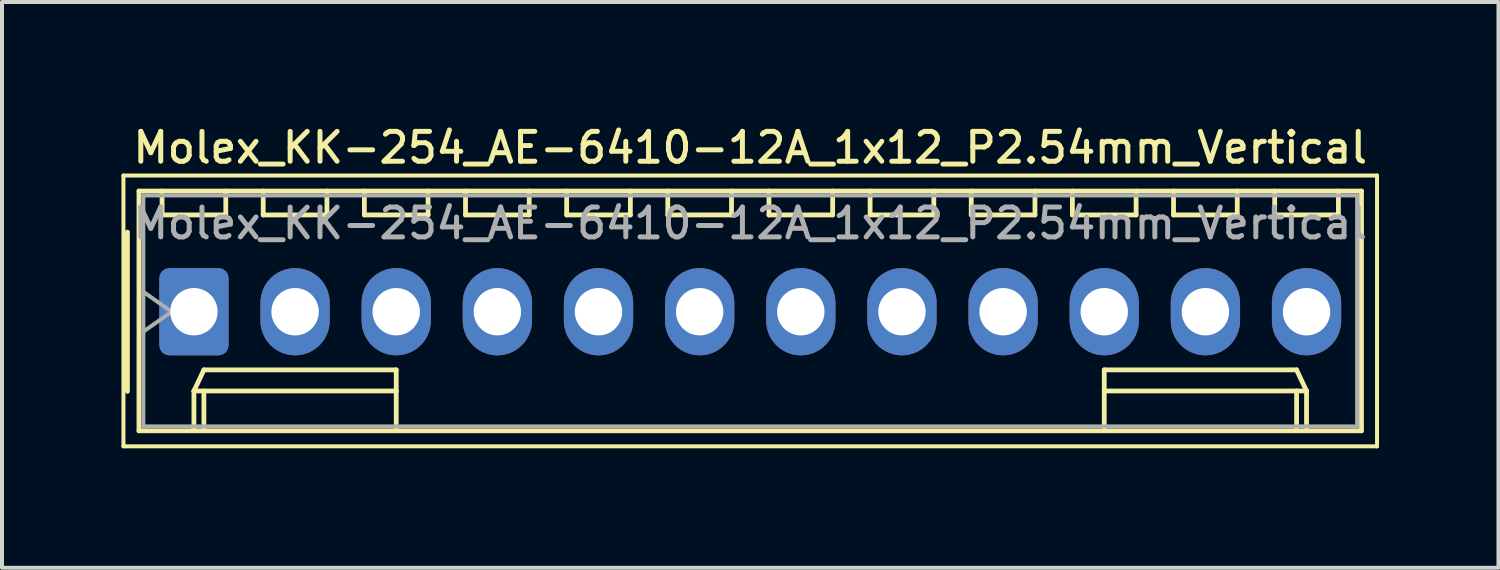
<source format=kicad_pcb>
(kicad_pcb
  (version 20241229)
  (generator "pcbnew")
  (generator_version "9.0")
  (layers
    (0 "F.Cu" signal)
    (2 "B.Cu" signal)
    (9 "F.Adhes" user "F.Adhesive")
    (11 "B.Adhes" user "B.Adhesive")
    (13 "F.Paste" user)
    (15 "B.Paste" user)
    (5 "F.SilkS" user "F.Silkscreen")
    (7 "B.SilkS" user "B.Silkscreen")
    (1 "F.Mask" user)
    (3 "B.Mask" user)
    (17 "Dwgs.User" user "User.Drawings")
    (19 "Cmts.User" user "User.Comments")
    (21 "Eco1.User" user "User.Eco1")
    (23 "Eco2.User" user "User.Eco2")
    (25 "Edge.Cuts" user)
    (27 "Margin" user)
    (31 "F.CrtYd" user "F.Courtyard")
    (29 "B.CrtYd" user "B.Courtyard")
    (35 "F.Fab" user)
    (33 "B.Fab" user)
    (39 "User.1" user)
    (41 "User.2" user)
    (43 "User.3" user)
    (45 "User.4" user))
  (footprint "Molex_KK-254_AE-6410-12A_1x12_P2.54mm_Vertical"
    (layer "F.Cu")
    (at 1.82 4.778)
    (property "Reference" "Molex_KK-254_AE-6410-12A_1x12_P2.54mm_Vertical" (at 13.97 -4.12 0) (layer "F.SilkS") (effects (font (size 0.75 0.75) (thickness 0.125))))
    (attr through_hole)
    (fp_line (start -1.77 -3.42) (end -1.77 3.38) (stroke (width 0.1) (type solid)) (layer "F.SilkS"))
    (fp_line (start -1.77 3.38) (end 29.71 3.38) (stroke (width 0.1) (type solid)) (layer "F.SilkS"))
    (fp_line (start -1.67 -2) (end -1.67 2) (stroke (width 0.12) (type solid)) (layer "F.SilkS"))
    (fp_line (start -1.38 -3.03) (end -1.38 2.99) (stroke (width 0.12) (type solid)) (layer "F.SilkS"))
    (fp_line (start -1.38 2.99) (end 29.32 2.99) (stroke (width 0.12) (type solid)) (layer "F.SilkS"))
    (fp_line (start -0.8 -3.03) (end -0.8 -2.43) (stroke (width 0.12) (type solid)) (layer "F.SilkS"))
    (fp_line (start -0.8 -2.43) (end 0.8 -2.43) (stroke (width 0.12) (type solid)) (layer "F.SilkS"))
    (fp_line (start 0 1.99) (end 0.25 1.46) (stroke (width 0.12) (type solid)) (layer "F.SilkS"))
    (fp_line (start 0 1.99) (end 5.08 1.99) (stroke (width 0.12) (type solid)) (layer "F.SilkS"))
    (fp_line (start 0 2.99) (end 0 1.99) (stroke (width 0.12) (type solid)) (layer "F.SilkS"))
    (fp_line (start 0.25 1.46) (end 5.08 1.46) (stroke (width 0.12) (type solid)) (layer "F.SilkS"))
    (fp_line (start 0.25 2.99) (end 0.25 1.99) (stroke (width 0.12) (type solid)) (layer "F.SilkS"))
    (fp_line (start 0.8 -2.43) (end 0.8 -3.03) (stroke (width 0.12) (type solid)) (layer "F.SilkS"))
    (fp_line (start 1.74 -3.03) (end 1.74 -2.43) (stroke (width 0.12) (type solid)) (layer "F.SilkS"))
    (fp_line (start 1.74 -2.43) (end 3.34 -2.43) (stroke (width 0.12) (type solid)) (layer "F.SilkS"))
    (fp_line (start 3.34 -2.43) (end 3.34 -3.03) (stroke (width 0.12) (type solid)) (layer "F.SilkS"))
    (fp_line (start 4.28 -3.03) (end 4.28 -2.43) (stroke (width 0.12) (type solid)) (layer "F.SilkS"))
    (fp_line (start 4.28 -2.43) (end 5.88 -2.43) (stroke (width 0.12) (type solid)) (layer "F.SilkS"))
    (fp_line (start 5.08 1.46) (end 5.08 1.99) (stroke (width 0.12) (type solid)) (layer "F.SilkS"))
    (fp_line (start 5.08 1.99) (end 5.08 2.99) (stroke (width 0.12) (type solid)) (layer "F.SilkS"))
    (fp_line (start 5.88 -2.43) (end 5.88 -3.03) (stroke (width 0.12) (type solid)) (layer "F.SilkS"))
    (fp_line (start 6.82 -3.03) (end 6.82 -2.43) (stroke (width 0.12) (type solid)) (layer "F.SilkS"))
    (fp_line (start 6.82 -2.43) (end 8.42 -2.43) (stroke (width 0.12) (type solid)) (layer "F.SilkS"))
    (fp_line (start 8.42 -2.43) (end 8.42 -3.03) (stroke (width 0.12) (type solid)) (layer "F.SilkS"))
    (fp_line (start 9.36 -3.03) (end 9.36 -2.43) (stroke (width 0.12) (type solid)) (layer "F.SilkS"))
    (fp_line (start 9.36 -2.43) (end 10.96 -2.43) (stroke (width 0.12) (type solid)) (layer "F.SilkS"))
    (fp_line (start 10.96 -2.43) (end 10.96 -3.03) (stroke (width 0.12) (type solid)) (layer "F.SilkS"))
    (fp_line (start 11.9 -3.03) (end 11.9 -2.43) (stroke (width 0.12) (type solid)) (layer "F.SilkS"))
    (fp_line (start 11.9 -2.43) (end 13.5 -2.43) (stroke (width 0.12) (type solid)) (layer "F.SilkS"))
    (fp_line (start 13.5 -2.43) (end 13.5 -3.03) (stroke (width 0.12) (type solid)) (layer "F.SilkS"))
    (fp_line (start 14.44 -3.03) (end 14.44 -2.43) (stroke (width 0.12) (type solid)) (layer "F.SilkS"))
    (fp_line (start 14.44 -2.43) (end 16.04 -2.43) (stroke (width 0.12) (type solid)) (layer "F.SilkS"))
    (fp_line (start 16.04 -2.43) (end 16.04 -3.03) (stroke (width 0.12) (type solid)) (layer "F.SilkS"))
    (fp_line (start 16.98 -3.03) (end 16.98 -2.43) (stroke (width 0.12) (type solid)) (layer "F.SilkS"))
    (fp_line (start 16.98 -2.43) (end 18.58 -2.43) (stroke (width 0.12) (type solid)) (layer "F.SilkS"))
    (fp_line (start 18.58 -2.43) (end 18.58 -3.03) (stroke (width 0.12) (type solid)) (layer "F.SilkS"))
    (fp_line (start 19.52 -3.03) (end 19.52 -2.43) (stroke (width 0.12) (type solid)) (layer "F.SilkS"))
    (fp_line (start 19.52 -2.43) (end 21.12 -2.43) (stroke (width 0.12) (type solid)) (layer "F.SilkS"))
    (fp_line (start 21.12 -2.43) (end 21.12 -3.03) (stroke (width 0.12) (type solid)) (layer "F.SilkS"))
    (fp_line (start 22.06 -3.03) (end 22.06 -2.43) (stroke (width 0.12) (type solid)) (layer "F.SilkS"))
    (fp_line (start 22.06 -2.43) (end 23.66 -2.43) (stroke (width 0.12) (type solid)) (layer "F.SilkS"))
    (fp_line (start 22.86 1.46) (end 22.86 1.99) (stroke (width 0.12) (type solid)) (layer "F.SilkS"))
    (fp_line (start 22.86 1.99) (end 22.86 2.99) (stroke (width 0.12) (type solid)) (layer "F.SilkS"))
    (fp_line (start 23.66 -2.43) (end 23.66 -3.03) (stroke (width 0.12) (type solid)) (layer "F.SilkS"))
    (fp_line (start 24.6 -3.03) (end 24.6 -2.43) (stroke (width 0.12) (type solid)) (layer "F.SilkS"))
    (fp_line (start 24.6 -2.43) (end 26.2 -2.43) (stroke (width 0.12) (type solid)) (layer "F.SilkS"))
    (fp_line (start 26.2 -2.43) (end 26.2 -3.03) (stroke (width 0.12) (type solid)) (layer "F.SilkS"))
    (fp_line (start 27.14 -3.03) (end 27.14 -2.43) (stroke (width 0.12) (type solid)) (layer "F.SilkS"))
    (fp_line (start 27.14 -2.43) (end 28.74 -2.43) (stroke (width 0.12) (type solid)) (layer "F.SilkS"))
    (fp_line (start 27.69 1.46) (end 22.86 1.46) (stroke (width 0.12) (type solid)) (layer "F.SilkS"))
    (fp_line (start 27.69 2.99) (end 27.69 1.99) (stroke (width 0.12) (type solid)) (layer "F.SilkS"))
    (fp_line (start 27.94 1.99) (end 22.86 1.99) (stroke (width 0.12) (type solid)) (layer "F.SilkS"))
    (fp_line (start 27.94 1.99) (end 27.69 1.46) (stroke (width 0.12) (type solid)) (layer "F.SilkS"))
    (fp_line (start 27.94 2.99) (end 27.94 1.99) (stroke (width 0.12) (type solid)) (layer "F.SilkS"))
    (fp_line (start 28.74 -2.43) (end 28.74 -3.03) (stroke (width 0.12) (type solid)) (layer "F.SilkS"))
    (fp_line (start 29.32 -3.03) (end -1.38 -3.03) (stroke (width 0.12) (type solid)) (layer "F.SilkS"))
    (fp_line (start 29.32 2.99) (end 29.32 -3.03) (stroke (width 0.12) (type solid)) (layer "F.SilkS"))
    (fp_line (start 29.71 -3.42) (end -1.77 -3.42) (stroke (width 0.1) (type solid)) (layer "F.SilkS"))
    (fp_line (start 29.71 3.38) (end 29.71 -3.42) (stroke (width 0.1) (type solid)) (layer "F.SilkS"))
    (fp_line (start -1.27 -2.92) (end -1.27 2.88) (stroke (width 0.1) (type solid)) (layer "F.Fab"))
    (fp_line (start -1.27 -0.5) (end -0.563 0) (stroke (width 0.1) (type solid)) (layer "F.Fab"))
    (fp_line (start -1.27 2.88) (end 29.21 2.88) (stroke (width 0.1) (type solid)) (layer "F.Fab"))
    (fp_line (start -0.563 0) (end -1.27 0.5) (stroke (width 0.1) (type solid)) (layer "F.Fab"))
    (fp_line (start 29.21 -2.92) (end -1.27 -2.92) (stroke (width 0.1) (type solid)) (layer "F.Fab"))
    (fp_line (start 29.21 2.88) (end 29.21 -2.92) (stroke (width 0.1) (type solid)) (layer "F.Fab"))
    (fp_text user "${REFERENCE}" (at 13.97 -2.22 0) (layer "F.Fab") (effects (font (size 0.75 0.75) (thickness 0.125))))
    (pad "1" thru_hole roundrect (at 0 0) (size 1.74 2.19) (drill 1.19) (layers "*.Cu" "*.Mask") (roundrect_rratio 0.144))
    (pad "2" thru_hole oval (at 2.54 0) (size 1.74 2.19) (drill 1.19) (layers "*.Cu" "*.Mask"))
    (pad "3" thru_hole oval (at 5.08 0) (size 1.74 2.19) (drill 1.19) (layers "*.Cu" "*.Mask"))
    (pad "4" thru_hole oval (at 7.62 0) (size 1.74 2.19) (drill 1.19) (layers "*.Cu" "*.Mask"))
    (pad "5" thru_hole oval (at 10.16 0) (size 1.74 2.19) (drill 1.19) (layers "*.Cu" "*.Mask"))
    (pad "6" thru_hole oval (at 12.7 0) (size 1.74 2.19) (drill 1.19) (layers "*.Cu" "*.Mask"))
    (pad "7" thru_hole oval (at 15.24 0) (size 1.74 2.19) (drill 1.19) (layers "*.Cu" "*.Mask"))
    (pad "8" thru_hole oval (at 17.78 0) (size 1.74 2.19) (drill 1.19) (layers "*.Cu" "*.Mask"))
    (pad "9" thru_hole oval (at 20.32 0) (size 1.74 2.19) (drill 1.19) (layers "*.Cu" "*.Mask"))
    (pad "10" thru_hole oval (at 22.86 0) (size 1.74 2.19) (drill 1.19) (layers "*.Cu" "*.Mask"))
    (pad "11" thru_hole oval (at 25.4 0) (size 1.74 2.19) (drill 1.19) (layers "*.Cu" "*.Mask"))
    (pad "12" thru_hole oval (at 27.94 0) (size 1.74 2.19) (drill 1.19) (layers "*.Cu" "*.Mask")))
  (gr_rect
    (start -3 -3)
    (end 34.58 11.208)
    (stroke (width 0.1) (type default))
    (fill no)
    (layer "Edge.Cuts")))
</source>
